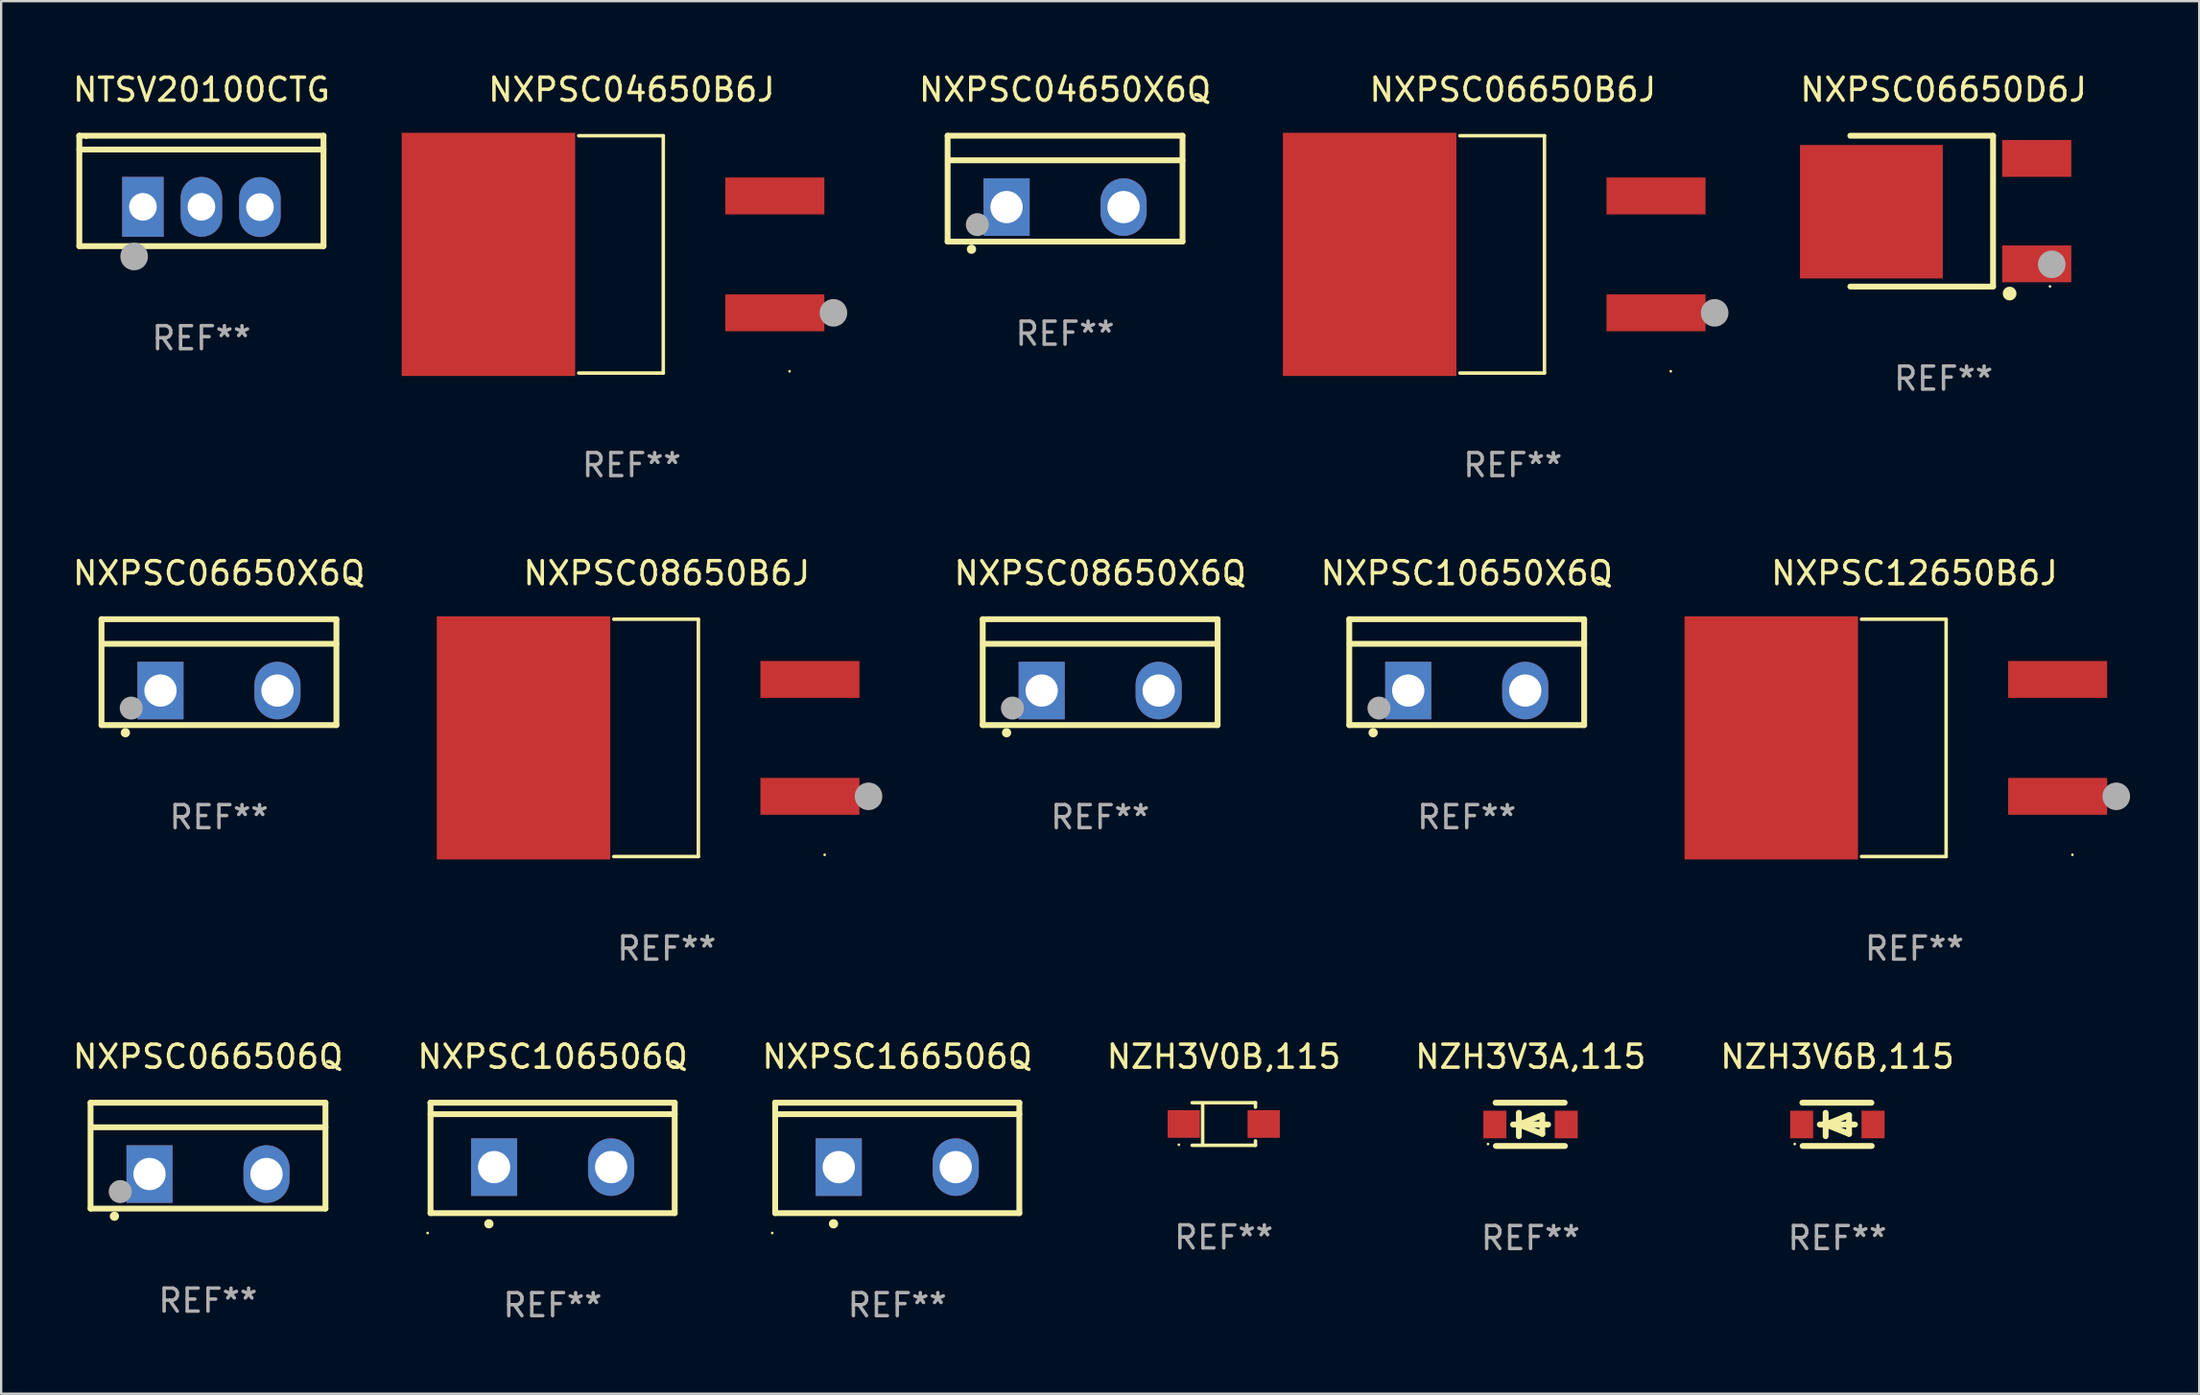
<source format=kicad_pcb>
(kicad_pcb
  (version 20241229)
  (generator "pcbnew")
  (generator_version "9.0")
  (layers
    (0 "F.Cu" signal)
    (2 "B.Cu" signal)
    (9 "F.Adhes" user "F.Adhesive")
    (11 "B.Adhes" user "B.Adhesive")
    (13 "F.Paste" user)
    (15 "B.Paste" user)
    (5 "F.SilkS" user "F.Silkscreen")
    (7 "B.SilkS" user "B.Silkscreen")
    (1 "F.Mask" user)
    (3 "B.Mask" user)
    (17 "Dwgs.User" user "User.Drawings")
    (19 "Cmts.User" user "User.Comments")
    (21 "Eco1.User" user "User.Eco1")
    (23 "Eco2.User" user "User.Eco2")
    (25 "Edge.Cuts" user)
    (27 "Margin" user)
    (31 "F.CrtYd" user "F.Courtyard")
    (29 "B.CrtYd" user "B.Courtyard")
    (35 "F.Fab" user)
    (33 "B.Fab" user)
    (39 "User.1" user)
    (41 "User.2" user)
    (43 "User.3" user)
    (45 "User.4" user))
  (footprint "NXPSC04650X6Q"
    (layer "F.Cu")
    (at 43.198 5.148)
    (property "Reference" "NXPSC04650X6Q" (at 0 -4.3 0) (layer "F.SilkS") (effects (font (size 1 1) (thickness 0.15))))
    (attr through_hole)
    (fp_line (start -5.1 -2.3) (end -5.1 2.3) (stroke (width 0.254) (type solid)) (layer "F.SilkS"))
    (fp_line (start -5.1 2.3) (end 5.1 2.3) (stroke (width 0.254) (type solid)) (layer "F.SilkS"))
    (fp_line (start -5.08 -1.232) (end 5.1 -1.232) (stroke (width 0.254) (type solid)) (layer "F.SilkS"))
    (fp_line (start 5.1 -2.3) (end -5.1 -2.3) (stroke (width 0.254) (type solid)) (layer "F.SilkS"))
    (fp_line (start 5.1 -2.3) (end 5.1 2.3) (stroke (width 0.254) (type solid)) (layer "F.SilkS"))
    (fp_arc (start -4.065278 2.632004) (mid -4.064008 2.632) (end -4.062738 2.632004) (stroke (width 0.4) (type solid)) (layer "F.SilkS"))
    (fp_circle (center -5.1 2.32) (end -5.07 2.32) (stroke (width 0.06) (type solid)) (fill no) (layer "F.SilkS"))
    (fp_circle (center -3.81 1.562) (end -3.56 1.562) (stroke (width 0.5) (type solid)) (fill no) (layer "F.Fab"))
    (fp_text user "REF**" (at 0 6.3 0) (layer "F.Fab") (effects (font (size 1 1) (thickness 0.15))))
    (pad "1" thru_hole rect (at -2.54 0.8) (size 2 2.5) (drill 1.4) (layers "*.Cu" "*.Mask"))
    (pad "2" thru_hole oval (at 2.54 0.8) (size 2 2.5) (drill 1.4) (layers "*.Cu" "*.Mask")))
  (footprint "NZH3V3A,115"
    (layer "F.Cu")
    (at 63.411 45.806)
    (property "Reference" "NZH3V3A,115" (at 0 -2.94 0) (layer "F.SilkS") (effects (font (size 1 1) (thickness 0.15))))
    (attr through_hole)
    (fp_line (start -1.52 -0.94) (end 1.48 -0.94) (stroke (width 0.254) (type solid)) (layer "F.SilkS"))
    (fp_line (start -1.507 0.94) (end 1.493 0.94) (stroke (width 0.254) (type solid)) (layer "F.SilkS"))
    (fp_line (start -0.762 0.007) (end 0.762 0.007) (stroke (width 0.254) (type solid)) (layer "F.SilkS"))
    (fp_line (start -0.508 -0.501) (end -0.508 0.515) (stroke (width 0.254) (type solid)) (layer "F.SilkS"))
    (fp_line (start -0.508 0.007) (end 0.508 -0.4) (stroke (width 0.254) (type solid)) (layer "F.SilkS"))
    (fp_line (start 0.508 -0.4) (end 0.508 0.413) (stroke (width 0.254) (type solid)) (layer "F.SilkS"))
    (fp_line (start 0.508 0.413) (end -0.508 0.007) (stroke (width 0.254) (type solid)) (layer "F.SilkS"))
    (fp_circle (center -1.85 0.857) (end -1.82 0.857) (stroke (width 0.06) (type solid)) (fill no) (layer "F.SilkS"))
    (fp_text user "REF**" (at 0 4.94 0) (layer "F.Fab") (effects (font (size 1 1) (thickness 0.15))))
    (pad "1" smd rect (at -1.55 0.007) (size 1 1.2) (layers "F.Cu" "F.Mask" "F.Paste"))
    (pad "2" smd rect (at 1.55 0.007) (size 1 1.2) (layers "F.Cu" "F.Mask" "F.Paste")))
  (footprint "NXPSC08650B6J"
    (layer "F.Cu")
    (at 25.901 29.013)
    (property "Reference" "NXPSC08650B6J" (at 0 -7.156 0) (layer "F.SilkS") (effects (font (size 1 1) (thickness 0.15))))
    (attr through_hole)
    (fp_line (start -2.3 -5.156) (end 1.374 -5.156) (stroke (width 0.152) (type solid)) (layer "F.SilkS"))
    (fp_line (start -2.3 5.156) (end 1.374 5.156) (stroke (width 0.152) (type solid)) (layer "F.SilkS"))
    (fp_line (start 1.374 5.156) (end 1.374 -5.156) (stroke (width 0.152) (type solid)) (layer "F.SilkS"))
    (fp_circle (center 6.858 5.08) (end 6.888 5.08) (stroke (width 0.06) (type solid)) (fill no) (layer "F.SilkS"))
    (fp_circle (center 8.763 2.54) (end 9.063 2.54) (stroke (width 0.6) (type solid)) (fill no) (layer "F.Fab"))
    (fp_text user "REF**" (at 0 9.156 0) (layer "F.Fab") (effects (font (size 1 1) (thickness 0.15))))
    (pad "1" smd rect (at 6.218 2.54 180) (size 4.3 1.6) (layers "F.Cu" "F.Mask" "F.Paste"))
    (pad "2" smd rect (at -6.218 0 180) (size 7.532 10.566) (layers "F.Cu" "F.Mask" "F.Paste"))
    (pad "3" smd rect (at 6.218 -2.54 180) (size 4.3 1.6) (layers "F.Cu" "F.Mask" "F.Paste")))
  (footprint "NXPSC08650X6Q"
    (layer "F.Cu")
    (at 44.722 26.157)
    (property "Reference" "NXPSC08650X6Q" (at 0 -4.3 0) (layer "F.SilkS") (effects (font (size 1 1) (thickness 0.15))))
    (attr through_hole)
    (fp_line (start -5.1 -2.3) (end -5.1 2.3) (stroke (width 0.254) (type solid)) (layer "F.SilkS"))
    (fp_line (start -5.1 2.3) (end 5.1 2.3) (stroke (width 0.254) (type solid)) (layer "F.SilkS"))
    (fp_line (start -5.08 -1.232) (end 5.1 -1.232) (stroke (width 0.254) (type solid)) (layer "F.SilkS"))
    (fp_line (start 5.1 -2.3) (end -5.1 -2.3) (stroke (width 0.254) (type solid)) (layer "F.SilkS"))
    (fp_line (start 5.1 -2.3) (end 5.1 2.3) (stroke (width 0.254) (type solid)) (layer "F.SilkS"))
    (fp_arc (start -4.065278 2.632004) (mid -4.064008 2.632) (end -4.062738 2.632004) (stroke (width 0.4) (type solid)) (layer "F.SilkS"))
    (fp_circle (center -5.1 2.32) (end -5.07 2.32) (stroke (width 0.06) (type solid)) (fill no) (layer "F.SilkS"))
    (fp_circle (center -3.81 1.562) (end -3.56 1.562) (stroke (width 0.5) (type solid)) (fill no) (layer "F.Fab"))
    (fp_text user "REF**" (at 0 6.3 0) (layer "F.Fab") (effects (font (size 1 1) (thickness 0.15))))
    (pad "1" thru_hole rect (at -2.54 0.8) (size 2 2.5) (drill 1.4) (layers "*.Cu" "*.Mask"))
    (pad "2" thru_hole oval (at 2.54 0.8) (size 2 2.5) (drill 1.4) (layers "*.Cu" "*.Mask")))
  (footprint "NZH3V6B,115"
    (layer "F.Cu")
    (at 76.732 45.806)
    (property "Reference" "NZH3V6B,115" (at 0 -2.94 0) (layer "F.SilkS") (effects (font (size 1 1) (thickness 0.15))))
    (attr through_hole)
    (fp_line (start -1.52 -0.94) (end 1.48 -0.94) (stroke (width 0.254) (type solid)) (layer "F.SilkS"))
    (fp_line (start -1.507 0.94) (end 1.493 0.94) (stroke (width 0.254) (type solid)) (layer "F.SilkS"))
    (fp_line (start -0.762 0.007) (end 0.762 0.007) (stroke (width 0.254) (type solid)) (layer "F.SilkS"))
    (fp_line (start -0.508 -0.501) (end -0.508 0.515) (stroke (width 0.254) (type solid)) (layer "F.SilkS"))
    (fp_line (start -0.508 0.007) (end 0.508 -0.4) (stroke (width 0.254) (type solid)) (layer "F.SilkS"))
    (fp_line (start 0.508 -0.4) (end 0.508 0.413) (stroke (width 0.254) (type solid)) (layer "F.SilkS"))
    (fp_line (start 0.508 0.413) (end -0.508 0.007) (stroke (width 0.254) (type solid)) (layer "F.SilkS"))
    (fp_circle (center -1.85 0.857) (end -1.82 0.857) (stroke (width 0.06) (type solid)) (fill no) (layer "F.SilkS"))
    (fp_text user "REF**" (at 0 4.94 0) (layer "F.Fab") (effects (font (size 1 1) (thickness 0.15))))
    (pad "1" smd rect (at -1.55 0.007) (size 1 1.2) (layers "F.Cu" "F.Mask" "F.Paste"))
    (pad "2" smd rect (at 1.55 0.007) (size 1 1.2) (layers "F.Cu" "F.Mask" "F.Paste")))
  (footprint "NXPSC04650B6J"
    (layer "F.Cu")
    (at 24.377 8.004)
    (property "Reference" "NXPSC04650B6J" (at 0 -7.156 0) (layer "F.SilkS") (effects (font (size 1 1) (thickness 0.15))))
    (attr through_hole)
    (fp_line (start -2.3 -5.156) (end 1.374 -5.156) (stroke (width 0.152) (type solid)) (layer "F.SilkS"))
    (fp_line (start -2.3 5.156) (end 1.374 5.156) (stroke (width 0.152) (type solid)) (layer "F.SilkS"))
    (fp_line (start 1.374 5.156) (end 1.374 -5.156) (stroke (width 0.152) (type solid)) (layer "F.SilkS"))
    (fp_circle (center 6.858 5.08) (end 6.888 5.08) (stroke (width 0.06) (type solid)) (fill no) (layer "F.SilkS"))
    (fp_circle (center 8.763 2.54) (end 9.063 2.54) (stroke (width 0.6) (type solid)) (fill no) (layer "F.Fab"))
    (fp_text user "REF**" (at 0 9.156 0) (layer "F.Fab") (effects (font (size 1 1) (thickness 0.15))))
    (pad "1" smd rect (at 6.218 2.54 180) (size 4.3 1.6) (layers "F.Cu" "F.Mask" "F.Paste"))
    (pad "2" smd rect (at -6.218 0 180) (size 7.532 10.566) (layers "F.Cu" "F.Mask" "F.Paste"))
    (pad "3" smd rect (at 6.218 -2.54 180) (size 4.3 1.6) (layers "F.Cu" "F.Mask" "F.Paste")))
  (footprint "NXPSC12650B6J"
    (layer "F.Cu")
    (at 80.081 29.013)
    (property "Reference" "NXPSC12650B6J" (at 0 -7.156 0) (layer "F.SilkS") (effects (font (size 1 1) (thickness 0.15))))
    (attr through_hole)
    (fp_line (start -2.3 -5.156) (end 1.374 -5.156) (stroke (width 0.152) (type solid)) (layer "F.SilkS"))
    (fp_line (start -2.3 5.156) (end 1.374 5.156) (stroke (width 0.152) (type solid)) (layer "F.SilkS"))
    (fp_line (start 1.374 5.156) (end 1.374 -5.156) (stroke (width 0.152) (type solid)) (layer "F.SilkS"))
    (fp_circle (center 6.858 5.08) (end 6.888 5.08) (stroke (width 0.06) (type solid)) (fill no) (layer "F.SilkS"))
    (fp_circle (center 8.763 2.54) (end 9.063 2.54) (stroke (width 0.6) (type solid)) (fill no) (layer "F.Fab"))
    (fp_text user "REF**" (at 0 9.156 0) (layer "F.Fab") (effects (font (size 1 1) (thickness 0.15))))
    (pad "1" smd rect (at 6.218 2.54 180) (size 4.3 1.6) (layers "F.Cu" "F.Mask" "F.Paste"))
    (pad "2" smd rect (at -6.218 0 180) (size 7.532 10.566) (layers "F.Cu" "F.Mask" "F.Paste"))
    (pad "3" smd rect (at 6.218 -2.54 180) (size 4.3 1.6) (layers "F.Cu" "F.Mask" "F.Paste")))
  (footprint "NZH3V0B,115"
    (layer "F.Cu")
    (at 50.089 45.792)
    (property "Reference" "NZH3V0B,115" (at 0 -2.926 0) (layer "F.SilkS") (effects (font (size 1 1) (thickness 0.15))))
    (attr through_hole)
    (fp_line (start -1.376 -0.926) (end 1.376 -0.926) (stroke (width 0.152) (type solid)) (layer "F.SilkS"))
    (fp_line (start -1.376 0.926) (end 1.376 0.926) (stroke (width 0.152) (type solid)) (layer "F.SilkS"))
    (fp_line (start -0.917 -0.876) (end -0.917 0.876) (stroke (width 0.152) (type solid)) (layer "F.SilkS"))
    (fp_line (start 1.376 -0.926) (end 1.376 -0.733) (stroke (width 0.152) (type solid)) (layer "F.SilkS"))
    (fp_line (start 1.376 0.926) (end 1.376 0.733) (stroke (width 0.152) (type solid)) (layer "F.SilkS"))
    (fp_circle (center -1.95 0.9) (end -1.92 0.9) (stroke (width 0.06) (type solid)) (fill no) (layer "F.SilkS"))
    (fp_text user "REF**" (at 0 4.926 0) (layer "F.Fab") (effects (font (size 1 1) (thickness 0.15))))
    (pad "1" smd rect (at -1.735 0) (size 1.4 1.2) (layers "F.Cu" "F.Mask" "F.Paste"))
    (pad "2" smd rect (at 1.735 0) (size 1.4 1.2) (layers "F.Cu" "F.Mask" "F.Paste")))
  (footprint "NTSV20100CTG"
    (layer "F.Cu")
    (at 5.696 5.247)
    (property "Reference" "NTSV20100CTG" (at 0 -4.399 0) (layer "F.SilkS") (effects (font (size 1 1) (thickness 0.15))))
    (attr through_hole)
    (fp_line (start -5.301 -2.399) (end 5.301 -2.399) (stroke (width 0.254) (type solid)) (layer "F.SilkS"))
    (fp_line (start -5.301 -2.394) (end -5.301 -2.399) (stroke (width 0.254) (type solid)) (layer "F.SilkS"))
    (fp_line (start -5.301 2.399) (end -5.301 -2.394) (stroke (width 0.254) (type solid)) (layer "F.SilkS"))
    (fp_line (start 5.3 -1.8) (end -5.3 -1.8) (stroke (width 0.254) (type solid)) (layer "F.SilkS"))
    (fp_line (start 5.301 -2.399) (end 5.301 2.399) (stroke (width 0.254) (type solid)) (layer "F.SilkS"))
    (fp_line (start 5.301 2.399) (end -5.301 2.399) (stroke (width 0.254) (type solid)) (layer "F.SilkS"))
    (fp_arc (start -2.769977 3.025032) (mid -2.768707 3.025028) (end -2.767437 3.025032) (stroke (width 0.4) (type solid)) (layer "F.SilkS"))
    (fp_circle (center -5 -2.305) (end -4.97 -2.305) (stroke (width 0.06) (type solid)) (fill no) (layer "F.SilkS"))
    (fp_circle (center -2.921 2.849) (end -2.621 2.849) (stroke (width 0.6) (type solid)) (fill no) (layer "F.Fab"))
    (fp_text user "REF**" (at 0 6.399 0) (layer "F.Fab") (effects (font (size 1 1) (thickness 0.15))))
    (pad "1" thru_hole rect (at -2.54 0.69) (size 1.8 2.6) (drill 1.2) (layers "*.Cu" "*.Mask"))
    (pad "2" thru_hole oval (at 0 0.69) (size 1.8 2.6) (drill 1.2) (layers "*.Cu" "*.Mask"))
    (pad "3" thru_hole oval (at 2.54 0.7) (size 1.8 2.6) (drill 1.2) (layers "*.Cu" "*.Mask")))
  (footprint "NXPSC166506Q"
    (layer "F.Cu")
    (at 35.911 47.265)
    (property "Reference" "NXPSC166506Q" (at 0 -4.399 0) (layer "F.SilkS") (effects (font (size 1 1) (thickness 0.15))))
    (attr through_hole)
    (fp_line (start -5.301 -2.399) (end 5.301 -2.399) (stroke (width 0.254) (type solid)) (layer "F.SilkS"))
    (fp_line (start -5.301 -2.394) (end -5.301 -2.399) (stroke (width 0.254) (type solid)) (layer "F.SilkS"))
    (fp_line (start -5.301 2.399) (end -5.301 -2.394) (stroke (width 0.254) (type solid)) (layer "F.SilkS"))
    (fp_line (start 5.3 -1.9) (end -5.3 -1.9) (stroke (width 0.254) (type solid)) (layer "F.SilkS"))
    (fp_line (start 5.301 -2.399) (end 5.301 2.399) (stroke (width 0.254) (type solid)) (layer "F.SilkS"))
    (fp_line (start 5.301 2.399) (end -5.301 2.399) (stroke (width 0.254) (type solid)) (layer "F.SilkS"))
    (fp_arc (start -2.768606 2.863843) (mid -2.767336 2.863839) (end -2.766066 2.863843) (stroke (width 0.4) (type solid)) (layer "F.SilkS"))
    (fp_circle (center -5.428 3.264) (end -5.398 3.264) (stroke (width 0.06) (type solid)) (fill no) (layer "F.SilkS"))
    (fp_text user "REF**" (at 0 6.399 0) (layer "F.Fab") (effects (font (size 1 1) (thickness 0.15))))
    (pad "1" thru_hole rect (at -2.54 0.4) (size 2 2.5) (drill 1.4) (layers "*.Cu" "*.Mask"))
    (pad "2" thru_hole oval (at 2.54 0.4) (size 2 2.5) (drill 1.4) (layers "*.Cu" "*.Mask")))
  (footprint "NXPSC06650D6J"
    (layer "F.Cu")
    (at 81.343 6.125)
    (property "Reference" "NXPSC06650D6J" (at 0 -5.277 0) (layer "F.SilkS") (effects (font (size 1 1) (thickness 0.15))))
    (attr through_hole)
    (fp_line (start -4.047 -3.277) (end 2.15 -3.277) (stroke (width 0.254) (type solid)) (layer "F.SilkS"))
    (fp_line (start 2.15 -3.277) (end 2.15 3.277) (stroke (width 0.254) (type solid)) (layer "F.SilkS"))
    (fp_line (start 2.15 3.277) (end -4.047 3.277) (stroke (width 0.254) (type solid)) (layer "F.SilkS"))
    (fp_circle (center 2.87 3.581) (end 3.02 3.581) (stroke (width 0.3) (type solid)) (fill no) (layer "F.SilkS"))
    (fp_circle (center 4.623 3.27) (end 4.653 3.27) (stroke (width 0.06) (type solid)) (fill no) (layer "F.SilkS"))
    (fp_circle (center 4.699 2.311) (end 4.999 2.311) (stroke (width 0.6) (type solid)) (fill no) (layer "F.Fab"))
    (fp_text user "REF**" (at 0 7.277 0) (layer "F.Fab") (effects (font (size 1 1) (thickness 0.15))))
    (pad "1" smd rect (at 4.047 2.29) (size 3 1.6) (layers "F.Cu" "F.Mask" "F.Paste"))
    (pad "3" smd rect (at 4.047 -2.29) (size 3 1.6) (layers "F.Cu" "F.Mask" "F.Paste"))
    (pad "4" smd rect (at -3.133 0.025) (size 6.2 5.8) (layers "F.Cu" "F.Mask" "F.Paste")))
  (footprint "NXPSC066506Q"
    (layer "F.Cu")
    (at 5.982 47.166)
    (property "Reference" "NXPSC066506Q" (at 0 -4.3 0) (layer "F.SilkS") (effects (font (size 1 1) (thickness 0.15))))
    (attr through_hole)
    (fp_line (start -5.1 -2.3) (end -5.1 2.3) (stroke (width 0.254) (type solid)) (layer "F.SilkS"))
    (fp_line (start -5.1 2.3) (end 5.1 2.3) (stroke (width 0.254) (type solid)) (layer "F.SilkS"))
    (fp_line (start -5.08 -1.232) (end 5.1 -1.232) (stroke (width 0.254) (type solid)) (layer "F.SilkS"))
    (fp_line (start 5.1 -2.3) (end -5.1 -2.3) (stroke (width 0.254) (type solid)) (layer "F.SilkS"))
    (fp_line (start 5.1 -2.3) (end 5.1 2.3) (stroke (width 0.254) (type solid)) (layer "F.SilkS"))
    (fp_arc (start -4.065278 2.632004) (mid -4.064008 2.632) (end -4.062738 2.632004) (stroke (width 0.4) (type solid)) (layer "F.SilkS"))
    (fp_circle (center -5.1 2.32) (end -5.07 2.32) (stroke (width 0.06) (type solid)) (fill no) (layer "F.SilkS"))
    (fp_circle (center -3.81 1.562) (end -3.56 1.562) (stroke (width 0.5) (type solid)) (fill no) (layer "F.Fab"))
    (fp_text user "REF**" (at 0 6.3 0) (layer "F.Fab") (effects (font (size 1 1) (thickness 0.15))))
    (pad "1" thru_hole rect (at -2.54 0.8) (size 2 2.5) (drill 1.4) (layers "*.Cu" "*.Mask"))
    (pad "2" thru_hole oval (at 2.54 0.8) (size 2 2.5) (drill 1.4) (layers "*.Cu" "*.Mask")))
  (footprint "NXPSC10650X6Q"
    (layer "F.Cu")
    (at 60.639 26.157)
    (property "Reference" "NXPSC10650X6Q" (at 0 -4.3 0) (layer "F.SilkS") (effects (font (size 1 1) (thickness 0.15))))
    (attr through_hole)
    (fp_line (start -5.1 -2.3) (end -5.1 2.3) (stroke (width 0.254) (type solid)) (layer "F.SilkS"))
    (fp_line (start -5.1 2.3) (end 5.1 2.3) (stroke (width 0.254) (type solid)) (layer "F.SilkS"))
    (fp_line (start -5.08 -1.232) (end 5.1 -1.232) (stroke (width 0.254) (type solid)) (layer "F.SilkS"))
    (fp_line (start 5.1 -2.3) (end -5.1 -2.3) (stroke (width 0.254) (type solid)) (layer "F.SilkS"))
    (fp_line (start 5.1 -2.3) (end 5.1 2.3) (stroke (width 0.254) (type solid)) (layer "F.SilkS"))
    (fp_arc (start -4.065278 2.632004) (mid -4.064008 2.632) (end -4.062738 2.632004) (stroke (width 0.4) (type solid)) (layer "F.SilkS"))
    (fp_circle (center -5.1 2.32) (end -5.07 2.32) (stroke (width 0.06) (type solid)) (fill no) (layer "F.SilkS"))
    (fp_circle (center -3.81 1.562) (end -3.56 1.562) (stroke (width 0.5) (type solid)) (fill no) (layer "F.Fab"))
    (fp_text user "REF**" (at 0 6.3 0) (layer "F.Fab") (effects (font (size 1 1) (thickness 0.15))))
    (pad "1" thru_hole rect (at -2.54 0.8) (size 2 2.5) (drill 1.4) (layers "*.Cu" "*.Mask"))
    (pad "2" thru_hole oval (at 2.54 0.8) (size 2 2.5) (drill 1.4) (layers "*.Cu" "*.Mask")))
  (footprint "NXPSC06650B6J"
    (layer "F.Cu")
    (at 62.641 8.004)
    (property "Reference" "NXPSC06650B6J" (at 0 -7.156 0) (layer "F.SilkS") (effects (font (size 1 1) (thickness 0.15))))
    (attr through_hole)
    (fp_line (start -2.3 -5.156) (end 1.374 -5.156) (stroke (width 0.152) (type solid)) (layer "F.SilkS"))
    (fp_line (start -2.3 5.156) (end 1.374 5.156) (stroke (width 0.152) (type solid)) (layer "F.SilkS"))
    (fp_line (start 1.374 5.156) (end 1.374 -5.156) (stroke (width 0.152) (type solid)) (layer "F.SilkS"))
    (fp_circle (center 6.858 5.08) (end 6.888 5.08) (stroke (width 0.06) (type solid)) (fill no) (layer "F.SilkS"))
    (fp_circle (center 8.763 2.54) (end 9.063 2.54) (stroke (width 0.6) (type solid)) (fill no) (layer "F.Fab"))
    (fp_text user "REF**" (at 0 9.156 0) (layer "F.Fab") (effects (font (size 1 1) (thickness 0.15))))
    (pad "1" smd rect (at 6.218 2.54 180) (size 4.3 1.6) (layers "F.Cu" "F.Mask" "F.Paste"))
    (pad "2" smd rect (at -6.218 0 180) (size 7.532 10.566) (layers "F.Cu" "F.Mask" "F.Paste"))
    (pad "3" smd rect (at 6.218 -2.54 180) (size 4.3 1.6) (layers "F.Cu" "F.Mask" "F.Paste")))
  (footprint "NXPSC06650X6Q"
    (layer "F.Cu")
    (at 6.458 26.157)
    (property "Reference" "NXPSC06650X6Q" (at 0 -4.3 0) (layer "F.SilkS") (effects (font (size 1 1) (thickness 0.15))))
    (attr through_hole)
    (fp_line (start -5.1 -2.3) (end -5.1 2.3) (stroke (width 0.254) (type solid)) (layer "F.SilkS"))
    (fp_line (start -5.1 2.3) (end 5.1 2.3) (stroke (width 0.254) (type solid)) (layer "F.SilkS"))
    (fp_line (start -5.08 -1.232) (end 5.1 -1.232) (stroke (width 0.254) (type solid)) (layer "F.SilkS"))
    (fp_line (start 5.1 -2.3) (end -5.1 -2.3) (stroke (width 0.254) (type solid)) (layer "F.SilkS"))
    (fp_line (start 5.1 -2.3) (end 5.1 2.3) (stroke (width 0.254) (type solid)) (layer "F.SilkS"))
    (fp_arc (start -4.065278 2.632004) (mid -4.064008 2.632) (end -4.062738 2.632004) (stroke (width 0.4) (type solid)) (layer "F.SilkS"))
    (fp_circle (center -5.1 2.32) (end -5.07 2.32) (stroke (width 0.06) (type solid)) (fill no) (layer "F.SilkS"))
    (fp_circle (center -3.81 1.562) (end -3.56 1.562) (stroke (width 0.5) (type solid)) (fill no) (layer "F.Fab"))
    (fp_text user "REF**" (at 0 6.3 0) (layer "F.Fab") (effects (font (size 1 1) (thickness 0.15))))
    (pad "1" thru_hole rect (at -2.54 0.8) (size 2 2.5) (drill 1.4) (layers "*.Cu" "*.Mask"))
    (pad "2" thru_hole oval (at 2.54 0.8) (size 2 2.5) (drill 1.4) (layers "*.Cu" "*.Mask")))
  (footprint "NXPSC106506Q"
    (layer "F.Cu")
    (at 20.946 47.265)
    (property "Reference" "NXPSC106506Q" (at 0 -4.399 0) (layer "F.SilkS") (effects (font (size 1 1) (thickness 0.15))))
    (attr through_hole)
    (fp_line (start -5.301 -2.399) (end 5.301 -2.399) (stroke (width 0.254) (type solid)) (layer "F.SilkS"))
    (fp_line (start -5.301 -2.394) (end -5.301 -2.399) (stroke (width 0.254) (type solid)) (layer "F.SilkS"))
    (fp_line (start -5.301 2.399) (end -5.301 -2.394) (stroke (width 0.254) (type solid)) (layer "F.SilkS"))
    (fp_line (start 5.3 -1.9) (end -5.3 -1.9) (stroke (width 0.254) (type solid)) (layer "F.SilkS"))
    (fp_line (start 5.301 -2.399) (end 5.301 2.399) (stroke (width 0.254) (type solid)) (layer "F.SilkS"))
    (fp_line (start 5.301 2.399) (end -5.301 2.399) (stroke (width 0.254) (type solid)) (layer "F.SilkS"))
    (fp_arc (start -2.768606 2.863843) (mid -2.767336 2.863839) (end -2.766066 2.863843) (stroke (width 0.4) (type solid)) (layer "F.SilkS"))
    (fp_circle (center -5.428 3.264) (end -5.398 3.264) (stroke (width 0.06) (type solid)) (fill no) (layer "F.SilkS"))
    (fp_text user "REF**" (at 0 6.399 0) (layer "F.Fab") (effects (font (size 1 1) (thickness 0.15))))
    (pad "1" thru_hole rect (at -2.54 0.4) (size 2 2.5) (drill 1.4) (layers "*.Cu" "*.Mask"))
    (pad "2" thru_hole oval (at 2.54 0.4) (size 2 2.5) (drill 1.4) (layers "*.Cu" "*.Mask")))
  (gr_rect
    (start -3 -3)
    (end 92.444 57.512)
    (stroke (width 0.1) (type default))
    (fill no)
    (layer "Edge.Cuts")))
</source>
